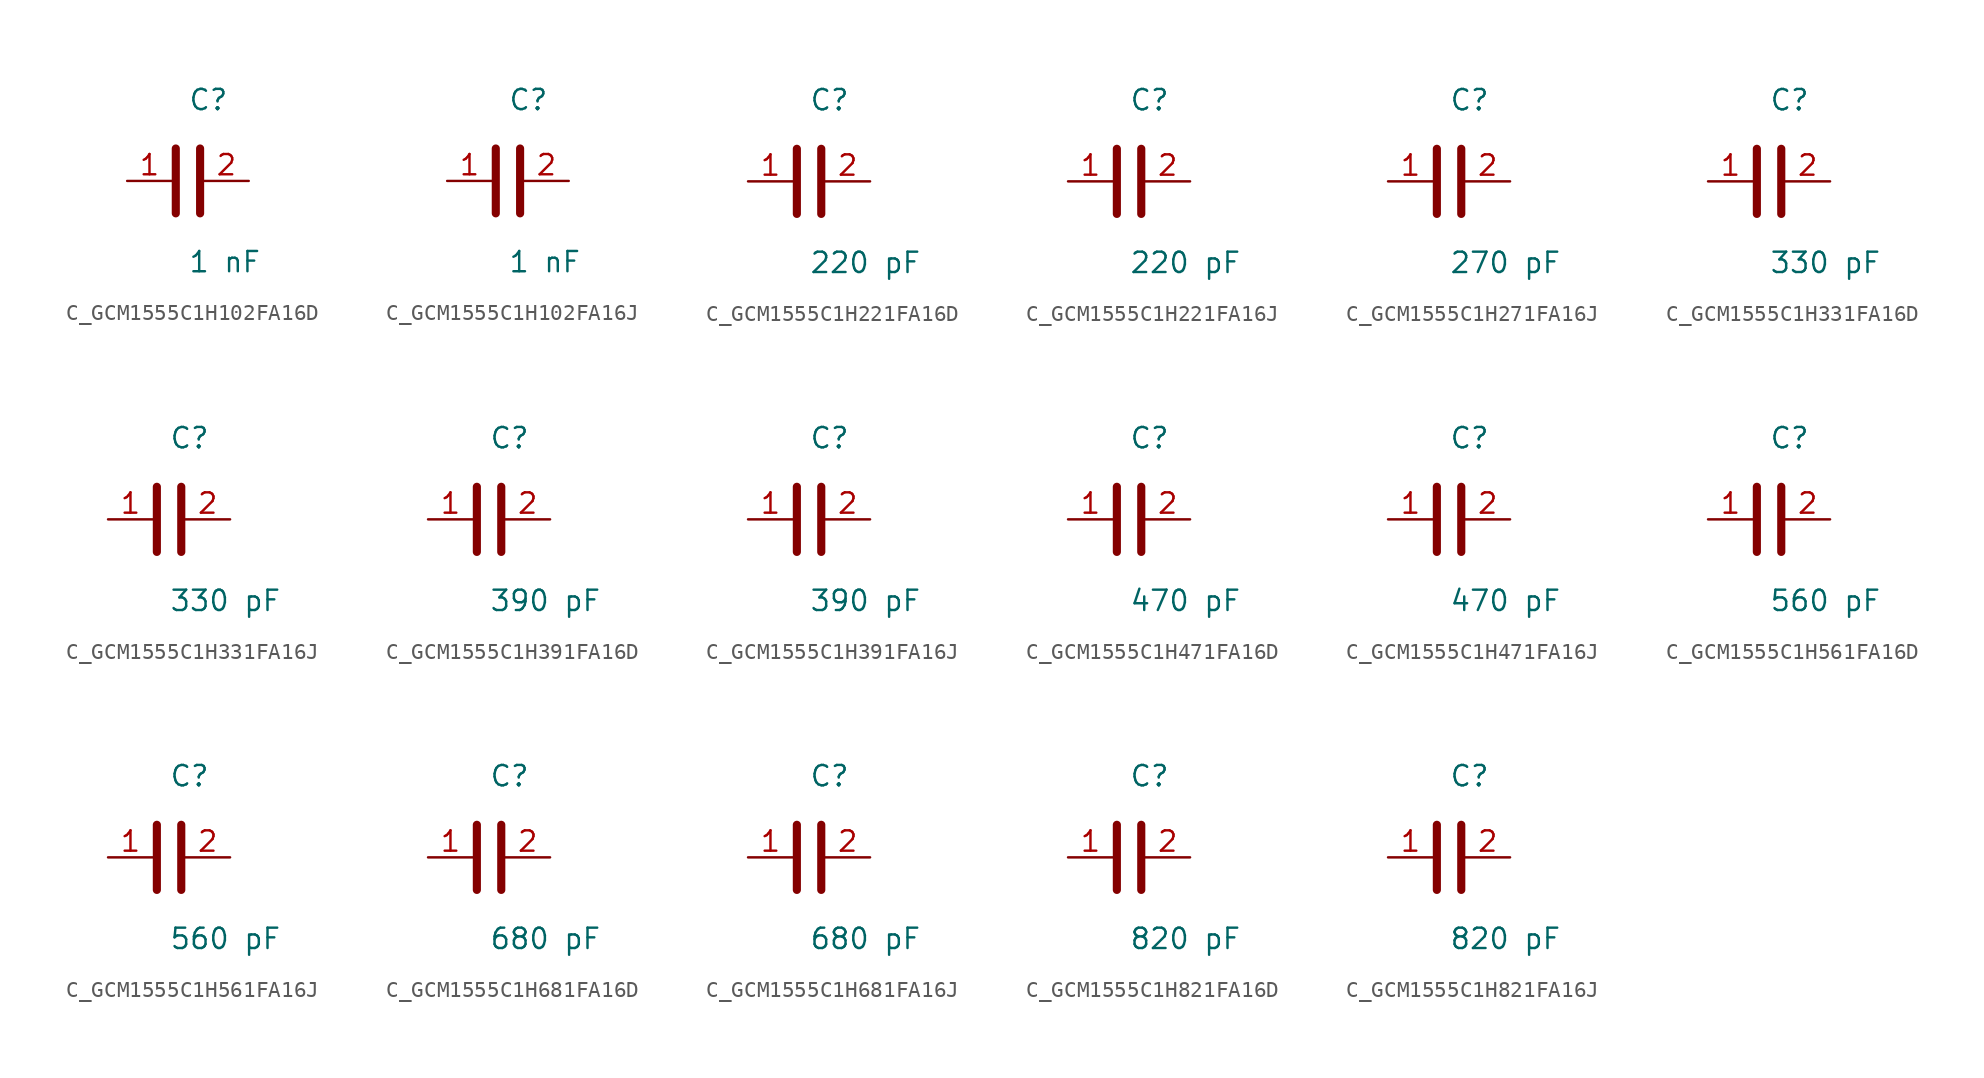
<source format=kicad_sym>
(kicad_symbol_lib
  (version 20231120)
  (generator kicad_symbol_editor)
  (generator_version 8.0)
  (symbol "C_GCM1555C1H102FA16D"
    (pin_names
      (offset 0.254))
    (property "Reference" "C"
      (at 0.0 5.08 0)
      (effects (font (size 1.27 1.27)) (justify left)))
    (property "Value" "1 nF"
      (at 0.0 -5.08 0)
      (effects (font (size 1.27 1.27)) (justify left)))
    (symbol "C_GCM1555C1H102FA16D_0_1"
      (polyline (pts (xy -0.762 -2.032) (xy -0.762 2.032)) (stroke (width 0.508) (type default)) (fill (type none)))
      (polyline (pts (xy 0.762 -2.032) (xy 0.762 2.032)) (stroke (width 0.508) (type default)) (fill (type none))))
    (pin unspecified line
      (at -3.81 0 0)
      (length 2.8)
      (name "" (effects (font (size 1.27 1.27))))
      (number "1" (effects (font (size 1.27 1.27)))))
    (pin unspecified line
      (at 3.81 0 180)
      (length 2.8)
      (name "" (effects (font (size 1.27 1.27))))
      (number "2" (effects (font (size 1.27 1.27))))))
  (symbol "C_GCM1555C1H102FA16J"
    (pin_names
      (offset 0.254))
    (property "Reference" "C"
      (at 0.0 5.08 0)
      (effects (font (size 1.27 1.27)) (justify left)))
    (property "Value" "1 nF"
      (at 0.0 -5.08 0)
      (effects (font (size 1.27 1.27)) (justify left)))
    (symbol "C_GCM1555C1H102FA16J_0_1"
      (polyline (pts (xy -0.762 -2.032) (xy -0.762 2.032)) (stroke (width 0.508) (type default)) (fill (type none)))
      (polyline (pts (xy 0.762 -2.032) (xy 0.762 2.032)) (stroke (width 0.508) (type default)) (fill (type none))))
    (pin unspecified line
      (at -3.81 0 0)
      (length 2.8)
      (name "" (effects (font (size 1.27 1.27))))
      (number "1" (effects (font (size 1.27 1.27)))))
    (pin unspecified line
      (at 3.81 0 180)
      (length 2.8)
      (name "" (effects (font (size 1.27 1.27))))
      (number "2" (effects (font (size 1.27 1.27))))))
  (symbol "C_GCM1555C1H221FA16D"
    (pin_names
      (offset 0.254))
    (property "Reference" "C"
      (at 0.0 5.08 0)
      (effects (font (size 1.27 1.27)) (justify left)))
    (property "Value" "220 pF"
      (at 0.0 -5.08 0)
      (effects (font (size 1.27 1.27)) (justify left)))
    (symbol "C_GCM1555C1H221FA16D_0_1"
      (polyline (pts (xy -0.762 -2.032) (xy -0.762 2.032)) (stroke (width 0.508) (type default)) (fill (type none)))
      (polyline (pts (xy 0.762 -2.032) (xy 0.762 2.032)) (stroke (width 0.508) (type default)) (fill (type none))))
    (pin unspecified line
      (at -3.81 0 0)
      (length 2.8)
      (name "" (effects (font (size 1.27 1.27))))
      (number "1" (effects (font (size 1.27 1.27)))))
    (pin unspecified line
      (at 3.81 0 180)
      (length 2.8)
      (name "" (effects (font (size 1.27 1.27))))
      (number "2" (effects (font (size 1.27 1.27))))))
  (symbol "C_GCM1555C1H221FA16J"
    (pin_names
      (offset 0.254))
    (property "Reference" "C"
      (at 0.0 5.08 0)
      (effects (font (size 1.27 1.27)) (justify left)))
    (property "Value" "220 pF"
      (at 0.0 -5.08 0)
      (effects (font (size 1.27 1.27)) (justify left)))
    (symbol "C_GCM1555C1H221FA16J_0_1"
      (polyline (pts (xy -0.762 -2.032) (xy -0.762 2.032)) (stroke (width 0.508) (type default)) (fill (type none)))
      (polyline (pts (xy 0.762 -2.032) (xy 0.762 2.032)) (stroke (width 0.508) (type default)) (fill (type none))))
    (pin unspecified line
      (at -3.81 0 0)
      (length 2.8)
      (name "" (effects (font (size 1.27 1.27))))
      (number "1" (effects (font (size 1.27 1.27)))))
    (pin unspecified line
      (at 3.81 0 180)
      (length 2.8)
      (name "" (effects (font (size 1.27 1.27))))
      (number "2" (effects (font (size 1.27 1.27))))))
  (symbol "C_GCM1555C1H271FA16J"
    (pin_names
      (offset 0.254))
    (property "Reference" "C"
      (at 0.0 5.08 0)
      (effects (font (size 1.27 1.27)) (justify left)))
    (property "Value" "270 pF"
      (at 0.0 -5.08 0)
      (effects (font (size 1.27 1.27)) (justify left)))
    (symbol "C_GCM1555C1H271FA16J_0_1"
      (polyline (pts (xy -0.762 -2.032) (xy -0.762 2.032)) (stroke (width 0.508) (type default)) (fill (type none)))
      (polyline (pts (xy 0.762 -2.032) (xy 0.762 2.032)) (stroke (width 0.508) (type default)) (fill (type none))))
    (pin unspecified line
      (at -3.81 0 0)
      (length 2.8)
      (name "" (effects (font (size 1.27 1.27))))
      (number "1" (effects (font (size 1.27 1.27)))))
    (pin unspecified line
      (at 3.81 0 180)
      (length 2.8)
      (name "" (effects (font (size 1.27 1.27))))
      (number "2" (effects (font (size 1.27 1.27))))))
  (symbol "C_GCM1555C1H331FA16D"
    (pin_names
      (offset 0.254))
    (property "Reference" "C"
      (at 0.0 5.08 0)
      (effects (font (size 1.27 1.27)) (justify left)))
    (property "Value" "330 pF"
      (at 0.0 -5.08 0)
      (effects (font (size 1.27 1.27)) (justify left)))
    (symbol "C_GCM1555C1H331FA16D_0_1"
      (polyline (pts (xy -0.762 -2.032) (xy -0.762 2.032)) (stroke (width 0.508) (type default)) (fill (type none)))
      (polyline (pts (xy 0.762 -2.032) (xy 0.762 2.032)) (stroke (width 0.508) (type default)) (fill (type none))))
    (pin unspecified line
      (at -3.81 0 0)
      (length 2.8)
      (name "" (effects (font (size 1.27 1.27))))
      (number "1" (effects (font (size 1.27 1.27)))))
    (pin unspecified line
      (at 3.81 0 180)
      (length 2.8)
      (name "" (effects (font (size 1.27 1.27))))
      (number "2" (effects (font (size 1.27 1.27))))))
  (symbol "C_GCM1555C1H331FA16J"
    (pin_names
      (offset 0.254))
    (property "Reference" "C"
      (at 0.0 5.08 0)
      (effects (font (size 1.27 1.27)) (justify left)))
    (property "Value" "330 pF"
      (at 0.0 -5.08 0)
      (effects (font (size 1.27 1.27)) (justify left)))
    (symbol "C_GCM1555C1H331FA16J_0_1"
      (polyline (pts (xy -0.762 -2.032) (xy -0.762 2.032)) (stroke (width 0.508) (type default)) (fill (type none)))
      (polyline (pts (xy 0.762 -2.032) (xy 0.762 2.032)) (stroke (width 0.508) (type default)) (fill (type none))))
    (pin unspecified line
      (at -3.81 0 0)
      (length 2.8)
      (name "" (effects (font (size 1.27 1.27))))
      (number "1" (effects (font (size 1.27 1.27)))))
    (pin unspecified line
      (at 3.81 0 180)
      (length 2.8)
      (name "" (effects (font (size 1.27 1.27))))
      (number "2" (effects (font (size 1.27 1.27))))))
  (symbol "C_GCM1555C1H391FA16D"
    (pin_names
      (offset 0.254))
    (property "Reference" "C"
      (at 0.0 5.08 0)
      (effects (font (size 1.27 1.27)) (justify left)))
    (property "Value" "390 pF"
      (at 0.0 -5.08 0)
      (effects (font (size 1.27 1.27)) (justify left)))
    (symbol "C_GCM1555C1H391FA16D_0_1"
      (polyline (pts (xy -0.762 -2.032) (xy -0.762 2.032)) (stroke (width 0.508) (type default)) (fill (type none)))
      (polyline (pts (xy 0.762 -2.032) (xy 0.762 2.032)) (stroke (width 0.508) (type default)) (fill (type none))))
    (pin unspecified line
      (at -3.81 0 0)
      (length 2.8)
      (name "" (effects (font (size 1.27 1.27))))
      (number "1" (effects (font (size 1.27 1.27)))))
    (pin unspecified line
      (at 3.81 0 180)
      (length 2.8)
      (name "" (effects (font (size 1.27 1.27))))
      (number "2" (effects (font (size 1.27 1.27))))))
  (symbol "C_GCM1555C1H391FA16J"
    (pin_names
      (offset 0.254))
    (property "Reference" "C"
      (at 0.0 5.08 0)
      (effects (font (size 1.27 1.27)) (justify left)))
    (property "Value" "390 pF"
      (at 0.0 -5.08 0)
      (effects (font (size 1.27 1.27)) (justify left)))
    (symbol "C_GCM1555C1H391FA16J_0_1"
      (polyline (pts (xy -0.762 -2.032) (xy -0.762 2.032)) (stroke (width 0.508) (type default)) (fill (type none)))
      (polyline (pts (xy 0.762 -2.032) (xy 0.762 2.032)) (stroke (width 0.508) (type default)) (fill (type none))))
    (pin unspecified line
      (at -3.81 0 0)
      (length 2.8)
      (name "" (effects (font (size 1.27 1.27))))
      (number "1" (effects (font (size 1.27 1.27)))))
    (pin unspecified line
      (at 3.81 0 180)
      (length 2.8)
      (name "" (effects (font (size 1.27 1.27))))
      (number "2" (effects (font (size 1.27 1.27))))))
  (symbol "C_GCM1555C1H471FA16D"
    (pin_names
      (offset 0.254))
    (property "Reference" "C"
      (at 0.0 5.08 0)
      (effects (font (size 1.27 1.27)) (justify left)))
    (property "Value" "470 pF"
      (at 0.0 -5.08 0)
      (effects (font (size 1.27 1.27)) (justify left)))
    (symbol "C_GCM1555C1H471FA16D_0_1"
      (polyline (pts (xy -0.762 -2.032) (xy -0.762 2.032)) (stroke (width 0.508) (type default)) (fill (type none)))
      (polyline (pts (xy 0.762 -2.032) (xy 0.762 2.032)) (stroke (width 0.508) (type default)) (fill (type none))))
    (pin unspecified line
      (at -3.81 0 0)
      (length 2.8)
      (name "" (effects (font (size 1.27 1.27))))
      (number "1" (effects (font (size 1.27 1.27)))))
    (pin unspecified line
      (at 3.81 0 180)
      (length 2.8)
      (name "" (effects (font (size 1.27 1.27))))
      (number "2" (effects (font (size 1.27 1.27))))))
  (symbol "C_GCM1555C1H471FA16J"
    (pin_names
      (offset 0.254))
    (property "Reference" "C"
      (at 0.0 5.08 0)
      (effects (font (size 1.27 1.27)) (justify left)))
    (property "Value" "470 pF"
      (at 0.0 -5.08 0)
      (effects (font (size 1.27 1.27)) (justify left)))
    (symbol "C_GCM1555C1H471FA16J_0_1"
      (polyline (pts (xy -0.762 -2.032) (xy -0.762 2.032)) (stroke (width 0.508) (type default)) (fill (type none)))
      (polyline (pts (xy 0.762 -2.032) (xy 0.762 2.032)) (stroke (width 0.508) (type default)) (fill (type none))))
    (pin unspecified line
      (at -3.81 0 0)
      (length 2.8)
      (name "" (effects (font (size 1.27 1.27))))
      (number "1" (effects (font (size 1.27 1.27)))))
    (pin unspecified line
      (at 3.81 0 180)
      (length 2.8)
      (name "" (effects (font (size 1.27 1.27))))
      (number "2" (effects (font (size 1.27 1.27))))))
  (symbol "C_GCM1555C1H561FA16D"
    (pin_names
      (offset 0.254))
    (property "Reference" "C"
      (at 0.0 5.08 0)
      (effects (font (size 1.27 1.27)) (justify left)))
    (property "Value" "560 pF"
      (at 0.0 -5.08 0)
      (effects (font (size 1.27 1.27)) (justify left)))
    (symbol "C_GCM1555C1H561FA16D_0_1"
      (polyline (pts (xy -0.762 -2.032) (xy -0.762 2.032)) (stroke (width 0.508) (type default)) (fill (type none)))
      (polyline (pts (xy 0.762 -2.032) (xy 0.762 2.032)) (stroke (width 0.508) (type default)) (fill (type none))))
    (pin unspecified line
      (at -3.81 0 0)
      (length 2.8)
      (name "" (effects (font (size 1.27 1.27))))
      (number "1" (effects (font (size 1.27 1.27)))))
    (pin unspecified line
      (at 3.81 0 180)
      (length 2.8)
      (name "" (effects (font (size 1.27 1.27))))
      (number "2" (effects (font (size 1.27 1.27))))))
  (symbol "C_GCM1555C1H561FA16J"
    (pin_names
      (offset 0.254))
    (property "Reference" "C"
      (at 0.0 5.08 0)
      (effects (font (size 1.27 1.27)) (justify left)))
    (property "Value" "560 pF"
      (at 0.0 -5.08 0)
      (effects (font (size 1.27 1.27)) (justify left)))
    (symbol "C_GCM1555C1H561FA16J_0_1"
      (polyline (pts (xy -0.762 -2.032) (xy -0.762 2.032)) (stroke (width 0.508) (type default)) (fill (type none)))
      (polyline (pts (xy 0.762 -2.032) (xy 0.762 2.032)) (stroke (width 0.508) (type default)) (fill (type none))))
    (pin unspecified line
      (at -3.81 0 0)
      (length 2.8)
      (name "" (effects (font (size 1.27 1.27))))
      (number "1" (effects (font (size 1.27 1.27)))))
    (pin unspecified line
      (at 3.81 0 180)
      (length 2.8)
      (name "" (effects (font (size 1.27 1.27))))
      (number "2" (effects (font (size 1.27 1.27))))))
  (symbol "C_GCM1555C1H681FA16D"
    (pin_names
      (offset 0.254))
    (property "Reference" "C"
      (at 0.0 5.08 0)
      (effects (font (size 1.27 1.27)) (justify left)))
    (property "Value" "680 pF"
      (at 0.0 -5.08 0)
      (effects (font (size 1.27 1.27)) (justify left)))
    (symbol "C_GCM1555C1H681FA16D_0_1"
      (polyline (pts (xy -0.762 -2.032) (xy -0.762 2.032)) (stroke (width 0.508) (type default)) (fill (type none)))
      (polyline (pts (xy 0.762 -2.032) (xy 0.762 2.032)) (stroke (width 0.508) (type default)) (fill (type none))))
    (pin unspecified line
      (at -3.81 0 0)
      (length 2.8)
      (name "" (effects (font (size 1.27 1.27))))
      (number "1" (effects (font (size 1.27 1.27)))))
    (pin unspecified line
      (at 3.81 0 180)
      (length 2.8)
      (name "" (effects (font (size 1.27 1.27))))
      (number "2" (effects (font (size 1.27 1.27))))))
  (symbol "C_GCM1555C1H681FA16J"
    (pin_names
      (offset 0.254))
    (property "Reference" "C"
      (at 0.0 5.08 0)
      (effects (font (size 1.27 1.27)) (justify left)))
    (property "Value" "680 pF"
      (at 0.0 -5.08 0)
      (effects (font (size 1.27 1.27)) (justify left)))
    (symbol "C_GCM1555C1H681FA16J_0_1"
      (polyline (pts (xy -0.762 -2.032) (xy -0.762 2.032)) (stroke (width 0.508) (type default)) (fill (type none)))
      (polyline (pts (xy 0.762 -2.032) (xy 0.762 2.032)) (stroke (width 0.508) (type default)) (fill (type none))))
    (pin unspecified line
      (at -3.81 0 0)
      (length 2.8)
      (name "" (effects (font (size 1.27 1.27))))
      (number "1" (effects (font (size 1.27 1.27)))))
    (pin unspecified line
      (at 3.81 0 180)
      (length 2.8)
      (name "" (effects (font (size 1.27 1.27))))
      (number "2" (effects (font (size 1.27 1.27))))))
  (symbol "C_GCM1555C1H821FA16D"
    (pin_names
      (offset 0.254))
    (property "Reference" "C"
      (at 0.0 5.08 0)
      (effects (font (size 1.27 1.27)) (justify left)))
    (property "Value" "820 pF"
      (at 0.0 -5.08 0)
      (effects (font (size 1.27 1.27)) (justify left)))
    (symbol "C_GCM1555C1H821FA16D_0_1"
      (polyline (pts (xy -0.762 -2.032) (xy -0.762 2.032)) (stroke (width 0.508) (type default)) (fill (type none)))
      (polyline (pts (xy 0.762 -2.032) (xy 0.762 2.032)) (stroke (width 0.508) (type default)) (fill (type none))))
    (pin unspecified line
      (at -3.81 0 0)
      (length 2.8)
      (name "" (effects (font (size 1.27 1.27))))
      (number "1" (effects (font (size 1.27 1.27)))))
    (pin unspecified line
      (at 3.81 0 180)
      (length 2.8)
      (name "" (effects (font (size 1.27 1.27))))
      (number "2" (effects (font (size 1.27 1.27))))))
  (symbol "C_GCM1555C1H821FA16J"
    (pin_names
      (offset 0.254))
    (property "Reference" "C"
      (at 0.0 5.08 0)
      (effects (font (size 1.27 1.27)) (justify left)))
    (property "Value" "820 pF"
      (at 0.0 -5.08 0)
      (effects (font (size 1.27 1.27)) (justify left)))
    (symbol "C_GCM1555C1H821FA16J_0_1"
      (polyline (pts (xy -0.762 -2.032) (xy -0.762 2.032)) (stroke (width 0.508) (type default)) (fill (type none)))
      (polyline (pts (xy 0.762 -2.032) (xy 0.762 2.032)) (stroke (width 0.508) (type default)) (fill (type none))))
    (pin unspecified line
      (at -3.81 0 0)
      (length 2.8)
      (name "" (effects (font (size 1.27 1.27))))
      (number "1" (effects (font (size 1.27 1.27)))))
    (pin unspecified line
      (at 3.81 0 180)
      (length 2.8)
      (name "" (effects (font (size 1.27 1.27))))
      (number "2" (effects (font (size 1.27 1.27)))))))
</source>
